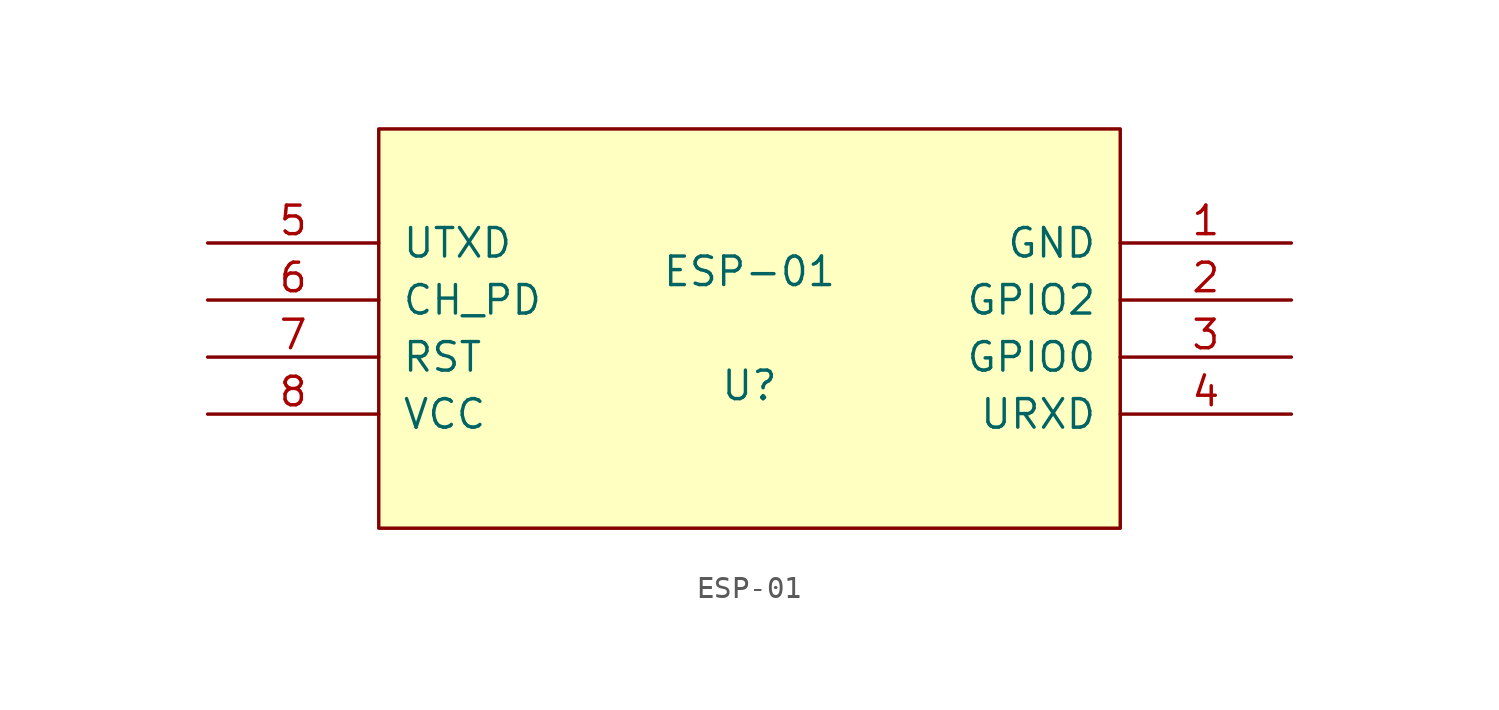
<source format=kicad_sym>
(kicad_symbol_lib
  (version 20241209)
  (generator "kicad_symbol_editor")
  (generator_version "9.0")
  (symbol "ESP-01"
    (pin_names
      (offset 1.016))
    (property "Reference" "U"
      (at 0 -2.54 0)
      (effects (font (size 1.27 1.27))))
    (property "Value" "ESP-01"
      (at 0 2.54 0)
      (effects (font (size 1.27 1.27))))
    (symbol "ESP-01_1_0"
      (rectangle (start -16.51 8.89) (end 16.51 -8.89) (stroke (width 0) (type solid)) (fill (type background))))
    (symbol "ESP-01_1_1"
      (pin output line (at -24.13 3.81 0) (length 7.62) (name "UTXD" (effects (font (size 1.27 1.27)))) (number "5" (effects (font (size 1.27 1.27)))))
      (pin input line (at -24.13 1.27 0) (length 7.62) (name "CH_PD" (effects (font (size 1.27 1.27)))) (number "6" (effects (font (size 1.27 1.27)))))
      (pin input line (at -24.13 -1.27 0) (length 7.62) (name "RST" (effects (font (size 1.27 1.27)))) (number "7" (effects (font (size 1.27 1.27)))))
      (pin power_in line (at -24.13 -3.81 0) (length 7.62) (name "VCC" (effects (font (size 1.27 1.27)))) (number "8" (effects (font (size 1.27 1.27)))))
      (pin power_in line (at 24.13 3.81 180) (length 7.62) (name "GND" (effects (font (size 1.27 1.27)))) (number "1" (effects (font (size 1.27 1.27)))))
      (pin tri_state line (at 24.13 1.27 180) (length 7.62) (name "GPIO2" (effects (font (size 1.27 1.27)))) (number "2" (effects (font (size 1.27 1.27)))))
      (pin tri_state line (at 24.13 -1.27 180) (length 7.62) (name "GPIO0" (effects (font (size 1.27 1.27)))) (number "3" (effects (font (size 1.27 1.27)))))
      (pin input line (at 24.13 -3.81 180) (length 7.62) (name "URXD" (effects (font (size 1.27 1.27)))) (number "4" (effects (font (size 1.27 1.27))))))))
</source>
